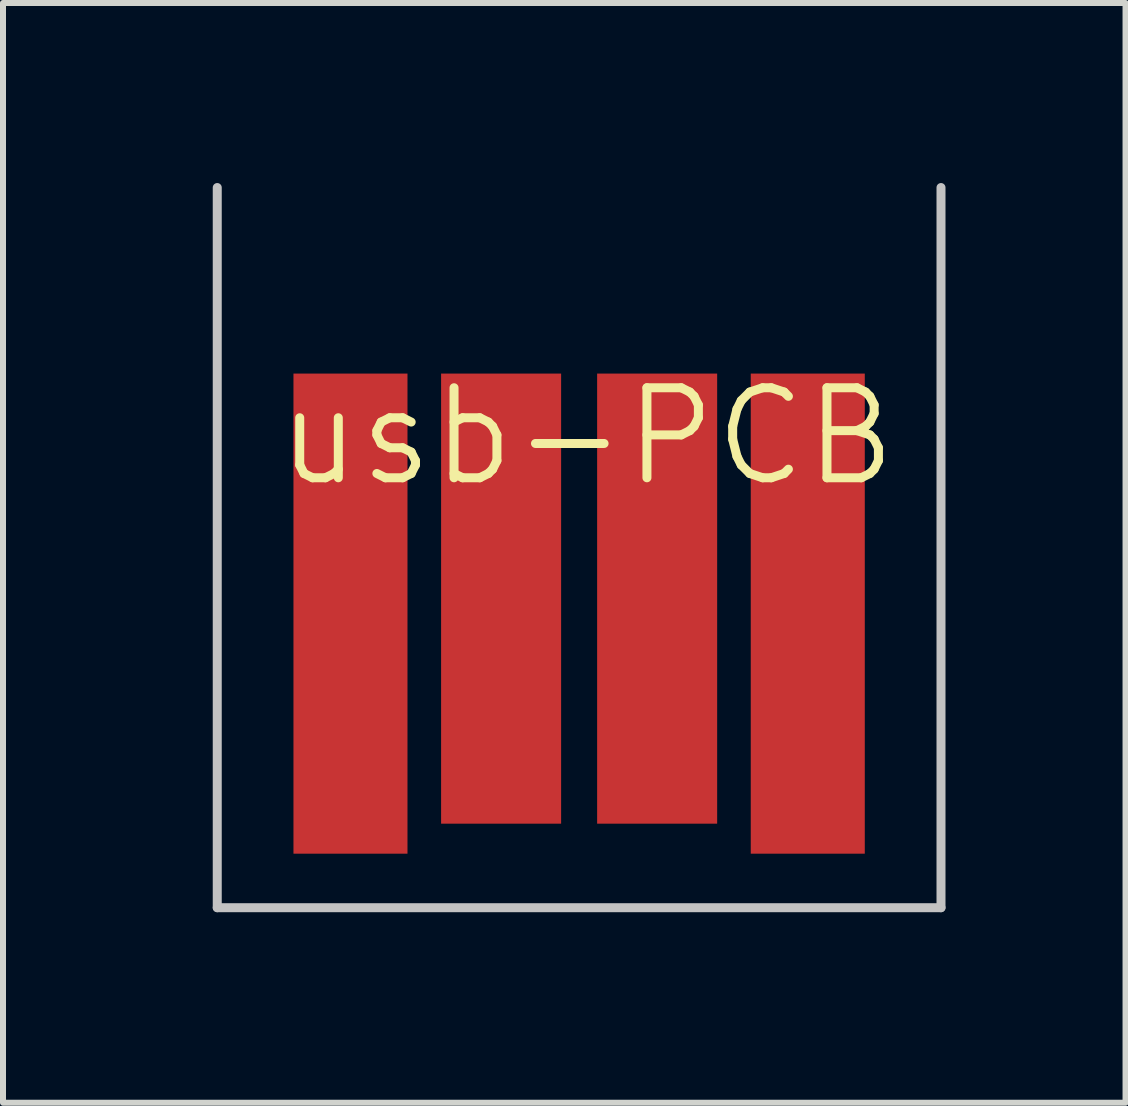
<source format=kicad_pcb>
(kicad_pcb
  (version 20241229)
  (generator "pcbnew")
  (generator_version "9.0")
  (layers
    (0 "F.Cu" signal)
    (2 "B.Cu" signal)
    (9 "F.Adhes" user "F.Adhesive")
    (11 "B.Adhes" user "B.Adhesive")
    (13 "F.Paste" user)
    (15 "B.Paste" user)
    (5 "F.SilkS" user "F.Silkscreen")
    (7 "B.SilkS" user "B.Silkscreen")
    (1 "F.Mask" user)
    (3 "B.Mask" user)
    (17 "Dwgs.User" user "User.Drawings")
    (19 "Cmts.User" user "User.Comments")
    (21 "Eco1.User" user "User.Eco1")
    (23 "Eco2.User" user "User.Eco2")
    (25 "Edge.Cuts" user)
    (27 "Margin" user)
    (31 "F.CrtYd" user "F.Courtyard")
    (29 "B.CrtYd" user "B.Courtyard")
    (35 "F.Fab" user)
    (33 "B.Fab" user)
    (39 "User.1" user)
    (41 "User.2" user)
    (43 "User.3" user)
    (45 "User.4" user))
  (footprint "usb-PCB"
    (layer "F.Cu")
    (at 0.25 12.075)
    (property "Reference" "usb-PCB" (at 6.48 -7.85 0) (layer "F.SilkS") (effects (font (size 1.5 1.5) (thickness 0.15))))
    (attr exclude_from_pos_files exclude_from_bom)
    (fp_line (start 0.32 0) (end 0.32 -12) (stroke (width 0.15) (type solid)) (layer "Dwgs.User"))
    (fp_line (start 12.38 0) (end 0.32 0) (stroke (width 0.15) (type solid)) (layer "Dwgs.User"))
    (fp_line (start 12.38 0) (end 12.38 -12) (stroke (width 0.15) (type solid)) (layer "Dwgs.User"))
    (pad "1" connect rect (at 10.16 -4.9) (size 1.9 8) (layers "F.Cu" "F.Mask"))
    (pad "2" connect rect (at 7.65 -5.15) (size 2 7.5) (layers "F.Cu" "F.Mask"))
    (pad "3" connect rect (at 5.05 -5.15) (size 2 7.5) (layers "F.Cu" "F.Mask"))
    (pad "4" connect rect (at 2.54 -4.9) (size 1.9 8) (layers "F.Cu" "F.Mask")))
  (gr_rect
    (start -3 -3)
    (end 15.705 15.325)
    (stroke (width 0.1) (type default))
    (fill no)
    (layer "Edge.Cuts")))
</source>
